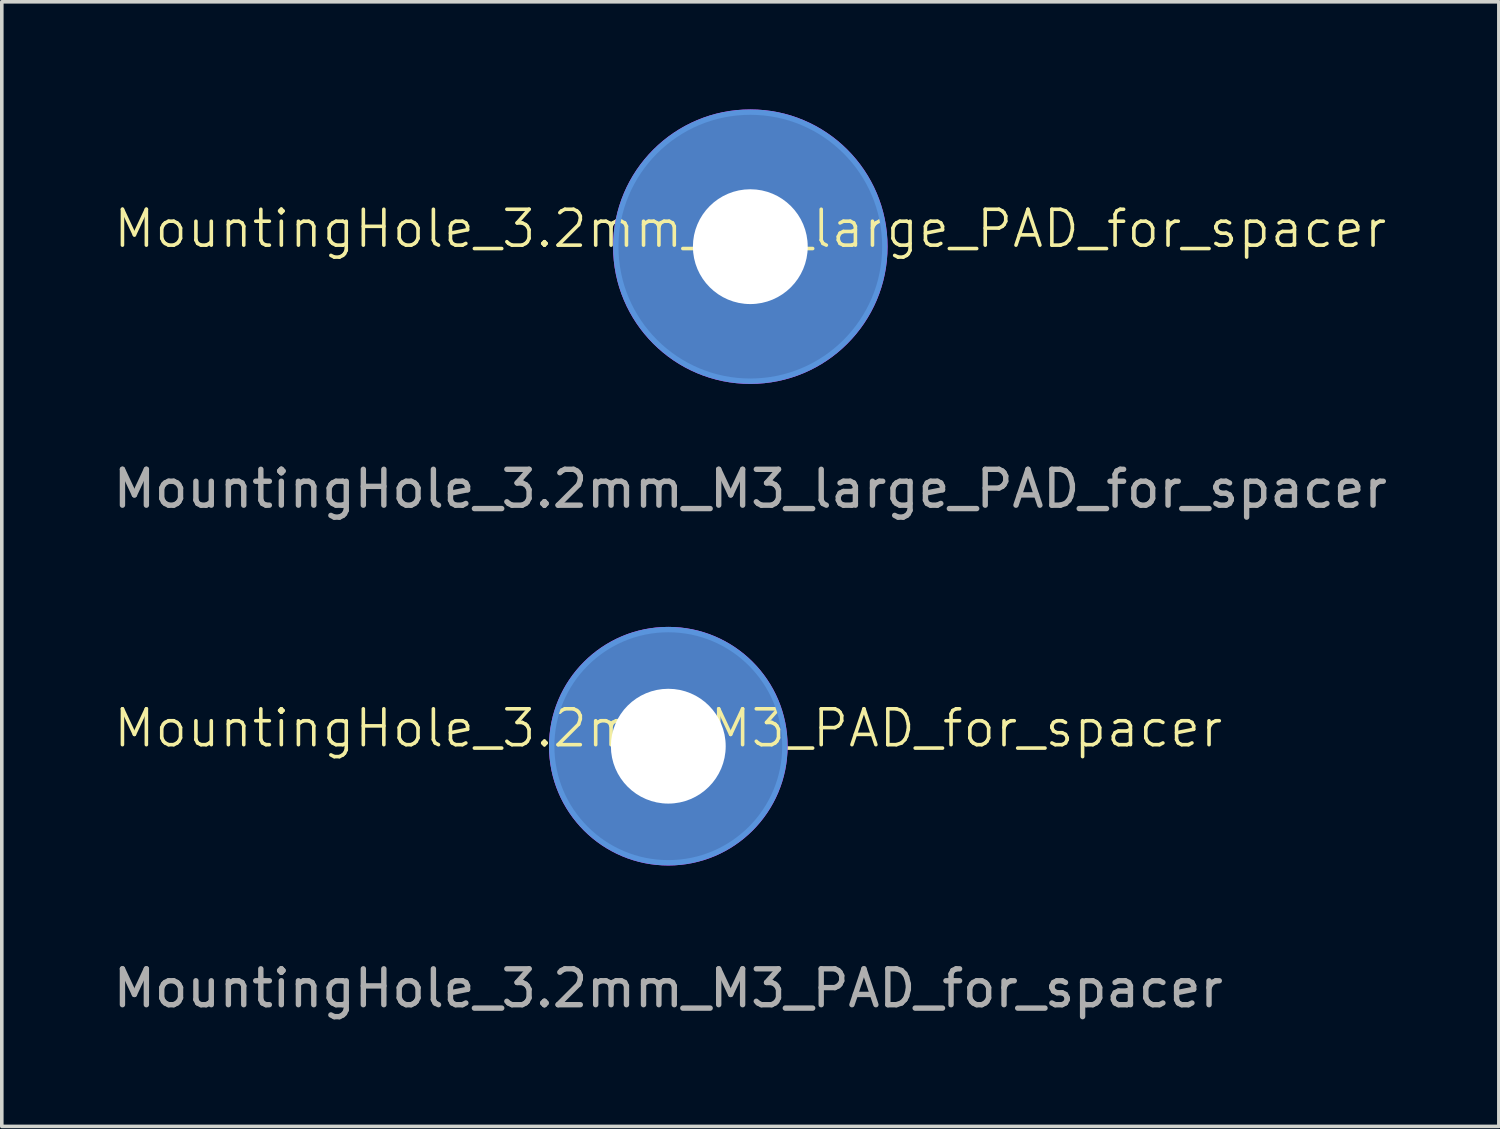
<source format=kicad_pcb>
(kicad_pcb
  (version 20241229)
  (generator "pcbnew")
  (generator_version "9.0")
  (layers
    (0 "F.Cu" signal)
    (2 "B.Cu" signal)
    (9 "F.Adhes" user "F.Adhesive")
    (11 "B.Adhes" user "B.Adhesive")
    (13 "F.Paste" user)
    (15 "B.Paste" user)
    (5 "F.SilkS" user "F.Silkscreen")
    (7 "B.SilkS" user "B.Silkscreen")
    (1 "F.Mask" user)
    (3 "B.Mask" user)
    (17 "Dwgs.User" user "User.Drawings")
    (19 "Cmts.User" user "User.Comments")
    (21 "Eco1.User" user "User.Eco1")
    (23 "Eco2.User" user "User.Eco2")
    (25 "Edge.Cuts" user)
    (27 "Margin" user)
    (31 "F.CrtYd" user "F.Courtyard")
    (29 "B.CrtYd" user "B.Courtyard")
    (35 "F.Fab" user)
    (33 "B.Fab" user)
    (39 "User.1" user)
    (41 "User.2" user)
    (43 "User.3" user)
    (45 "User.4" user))
  (footprint "MountingHole_3.2mm_M3_large_PAD_for_spacer"
    (layer "F.Cu")
    (at 17.863 3.825)
    (property "Reference" "MountingHole_3.2mm_M3_large_PAD_for_spacer" (at 0 -0.5 0) (unlocked yes) (layer "F.SilkS") (effects (font (size 1 1) (thickness 0.1))))
    (attr smd)
    (fp_circle (center 0 0) (end 3.75 0) (stroke (width 0.15) (type solid)) (fill no) (layer "Cmts.User"))
    (fp_circle (center 0 0) (end 3.8 0) (stroke (width 0.05) (type solid)) (fill no) (layer "F.CrtYd"))
    (fp_text user "${REFERENCE}" (at 0 6.75 0) (unlocked yes) (layer "F.Fab") (effects (font (size 1 1) (thickness 0.15))))
    (pad "1" thru_hole circle (at 0 0) (size 7.5 7.5) (drill 3.2) (layers "*.Cu" "F.Mask")))
  (footprint "MountingHole_3.2mm_M3_PAD_for_spacer"
    (layer "F.Cu")
    (at 15.577 17.748)
    (property "Reference" "MountingHole_3.2mm_M3_PAD_for_spacer" (at 0 -0.5 0) (unlocked yes) (layer "F.SilkS") (effects (font (size 1 1) (thickness 0.1))))
    (attr smd)
    (fp_circle (center 0 0) (end 3.25 0) (stroke (width 0.15) (type solid)) (fill no) (layer "Cmts.User"))
    (fp_circle (center 0 0) (end 3.3 0) (stroke (width 0.05) (type solid)) (fill no) (layer "F.CrtYd"))
    (fp_text user "${REFERENCE}" (at 0 6.75 0) (unlocked yes) (layer "F.Fab") (effects (font (size 1 1) (thickness 0.15))))
    (pad "1" thru_hole circle (at 0 0) (size 6.5 6.5) (drill 3.2) (layers "*.Cu" "F.Mask")))
  (gr_rect
    (start -3 -3)
    (end 38.726 28.346)
    (stroke (width 0.1) (type default))
    (fill no)
    (layer "Edge.Cuts")))
</source>
